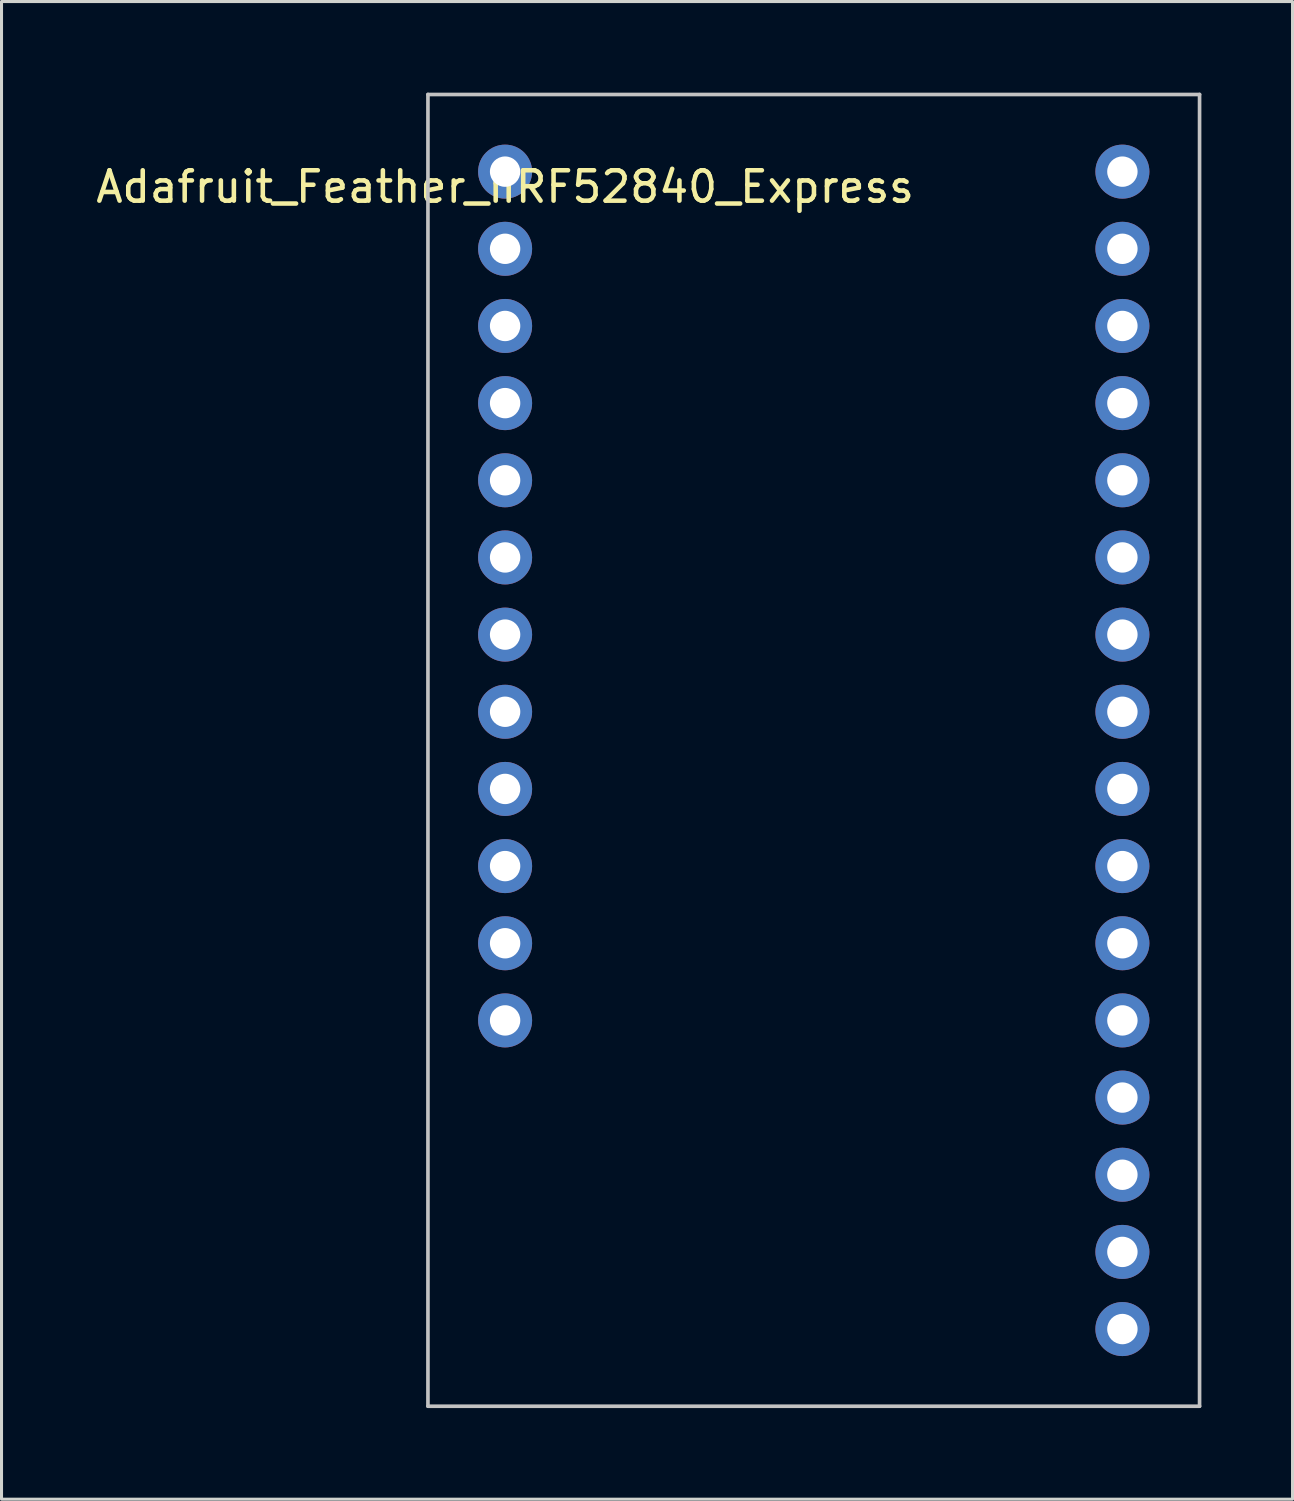
<source format=kicad_pcb>
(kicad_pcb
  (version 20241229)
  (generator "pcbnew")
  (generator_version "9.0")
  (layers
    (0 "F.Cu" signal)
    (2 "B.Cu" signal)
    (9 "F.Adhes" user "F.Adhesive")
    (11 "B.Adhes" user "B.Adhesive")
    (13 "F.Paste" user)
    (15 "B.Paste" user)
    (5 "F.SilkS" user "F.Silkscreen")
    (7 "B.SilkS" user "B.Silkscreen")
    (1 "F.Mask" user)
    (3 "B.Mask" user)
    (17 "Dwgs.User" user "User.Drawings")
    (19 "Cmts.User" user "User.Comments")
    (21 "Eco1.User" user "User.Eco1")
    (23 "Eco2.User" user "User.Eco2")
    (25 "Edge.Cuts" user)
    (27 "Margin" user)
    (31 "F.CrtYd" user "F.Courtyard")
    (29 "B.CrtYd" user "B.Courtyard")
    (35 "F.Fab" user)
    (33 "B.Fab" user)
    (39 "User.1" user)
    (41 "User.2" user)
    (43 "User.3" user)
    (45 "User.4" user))
  (footprint "Adafruit_Feather_nRF52840_Express"
    (layer "F.Cu")
    (at 13.577 2.6)
    (property "Reference" "Adafruit_Feather_nRF52840_Express" (at 0 0.5 0) (layer "F.SilkS") (effects (font (size 1 1) (thickness 0.15))))
    (attr through_hole)
    (fp_line (start -2.54 -2.54) (end -2.54 40.64) (stroke (width 0.12) (type solid)) (layer "Dwgs.User"))
    (fp_line (start -2.54 40.64) (end 22.86 40.64) (stroke (width 0.12) (type solid)) (layer "Dwgs.User"))
    (fp_line (start 22.86 -2.54) (end -2.54 -2.54) (stroke (width 0.12) (type solid)) (layer "Dwgs.User"))
    (fp_line (start 22.86 40.64) (end 22.86 -2.54) (stroke (width 0.12) (type solid)) (layer "Dwgs.User"))
    (pad "1" thru_hole circle (at 0 0) (size 1.778 1.778) (drill 1) (layers "*.Cu" "*.Mask"))
    (pad "2" thru_hole circle (at 0 2.54) (size 1.778 1.778) (drill 1) (layers "*.Cu" "*.Mask"))
    (pad "3" thru_hole circle (at 0 5.08) (size 1.778 1.778) (drill 1) (layers "*.Cu" "*.Mask"))
    (pad "4" thru_hole circle (at 0 7.62) (size 1.778 1.778) (drill 1) (layers "*.Cu" "*.Mask"))
    (pad "5" thru_hole circle (at 0 10.16) (size 1.778 1.778) (drill 1) (layers "*.Cu" "*.Mask"))
    (pad "6" thru_hole circle (at 0 12.7) (size 1.778 1.778) (drill 1) (layers "*.Cu" "*.Mask"))
    (pad "7" thru_hole circle (at 0 15.24) (size 1.778 1.778) (drill 1) (layers "*.Cu" "*.Mask"))
    (pad "8" thru_hole circle (at 0 17.78) (size 1.778 1.778) (drill 1) (layers "*.Cu" "*.Mask"))
    (pad "9" thru_hole circle (at 0 20.32) (size 1.778 1.778) (drill 1) (layers "*.Cu" "*.Mask"))
    (pad "10" thru_hole circle (at 0 22.86) (size 1.778 1.778) (drill 1) (layers "*.Cu" "*.Mask"))
    (pad "11" thru_hole circle (at 0 25.4) (size 1.778 1.778) (drill 1) (layers "*.Cu" "*.Mask"))
    (pad "12" thru_hole circle (at 0 27.94) (size 1.778 1.778) (drill 1) (layers "*.Cu" "*.Mask"))
    (pad "17" thru_hole circle (at 20.32 38.1) (size 1.778 1.778) (drill 1) (layers "*.Cu" "*.Mask"))
    (pad "18" thru_hole circle (at 20.32 35.56) (size 1.778 1.778) (drill 1) (layers "*.Cu" "*.Mask"))
    (pad "19" thru_hole circle (at 20.32 33.02) (size 1.778 1.778) (drill 1) (layers "*.Cu" "*.Mask"))
    (pad "20" thru_hole circle (at 20.32 30.48) (size 1.778 1.778) (drill 1) (layers "*.Cu" "*.Mask"))
    (pad "21" thru_hole circle (at 20.32 27.94) (size 1.778 1.778) (drill 1) (layers "*.Cu" "*.Mask"))
    (pad "22" thru_hole circle (at 20.32 25.4) (size 1.778 1.778) (drill 1) (layers "*.Cu" "*.Mask"))
    (pad "23" thru_hole circle (at 20.32 22.86) (size 1.778 1.778) (drill 1) (layers "*.Cu" "*.Mask"))
    (pad "24" thru_hole circle (at 20.32 20.32) (size 1.778 1.778) (drill 1) (layers "*.Cu" "*.Mask"))
    (pad "25" thru_hole circle (at 20.32 17.78) (size 1.778 1.778) (drill 1) (layers "*.Cu" "*.Mask"))
    (pad "26" thru_hole circle (at 20.32 15.24) (size 1.778 1.778) (drill 1) (layers "*.Cu" "*.Mask"))
    (pad "27" thru_hole circle (at 20.32 12.7) (size 1.778 1.778) (drill 1) (layers "*.Cu" "*.Mask"))
    (pad "28" thru_hole circle (at 20.32 10.16) (size 1.778 1.778) (drill 1) (layers "*.Cu" "*.Mask"))
    (pad "29" thru_hole circle (at 20.32 7.62) (size 1.778 1.778) (drill 1) (layers "*.Cu" "*.Mask"))
    (pad "30" thru_hole circle (at 20.32 5.08) (size 1.778 1.778) (drill 1) (layers "*.Cu" "*.Mask"))
    (pad "31" thru_hole circle (at 20.32 2.54) (size 1.778 1.778) (drill 1) (layers "*.Cu" "*.Mask"))
    (pad "32" thru_hole circle (at 20.32 0) (size 1.778 1.778) (drill 1) (layers "*.Cu" "*.Mask")))
  (gr_rect
    (start -3 -3)
    (end 39.497 46.3)
    (stroke (width 0.1) (type default))
    (fill no)
    (layer "Edge.Cuts")))
</source>
